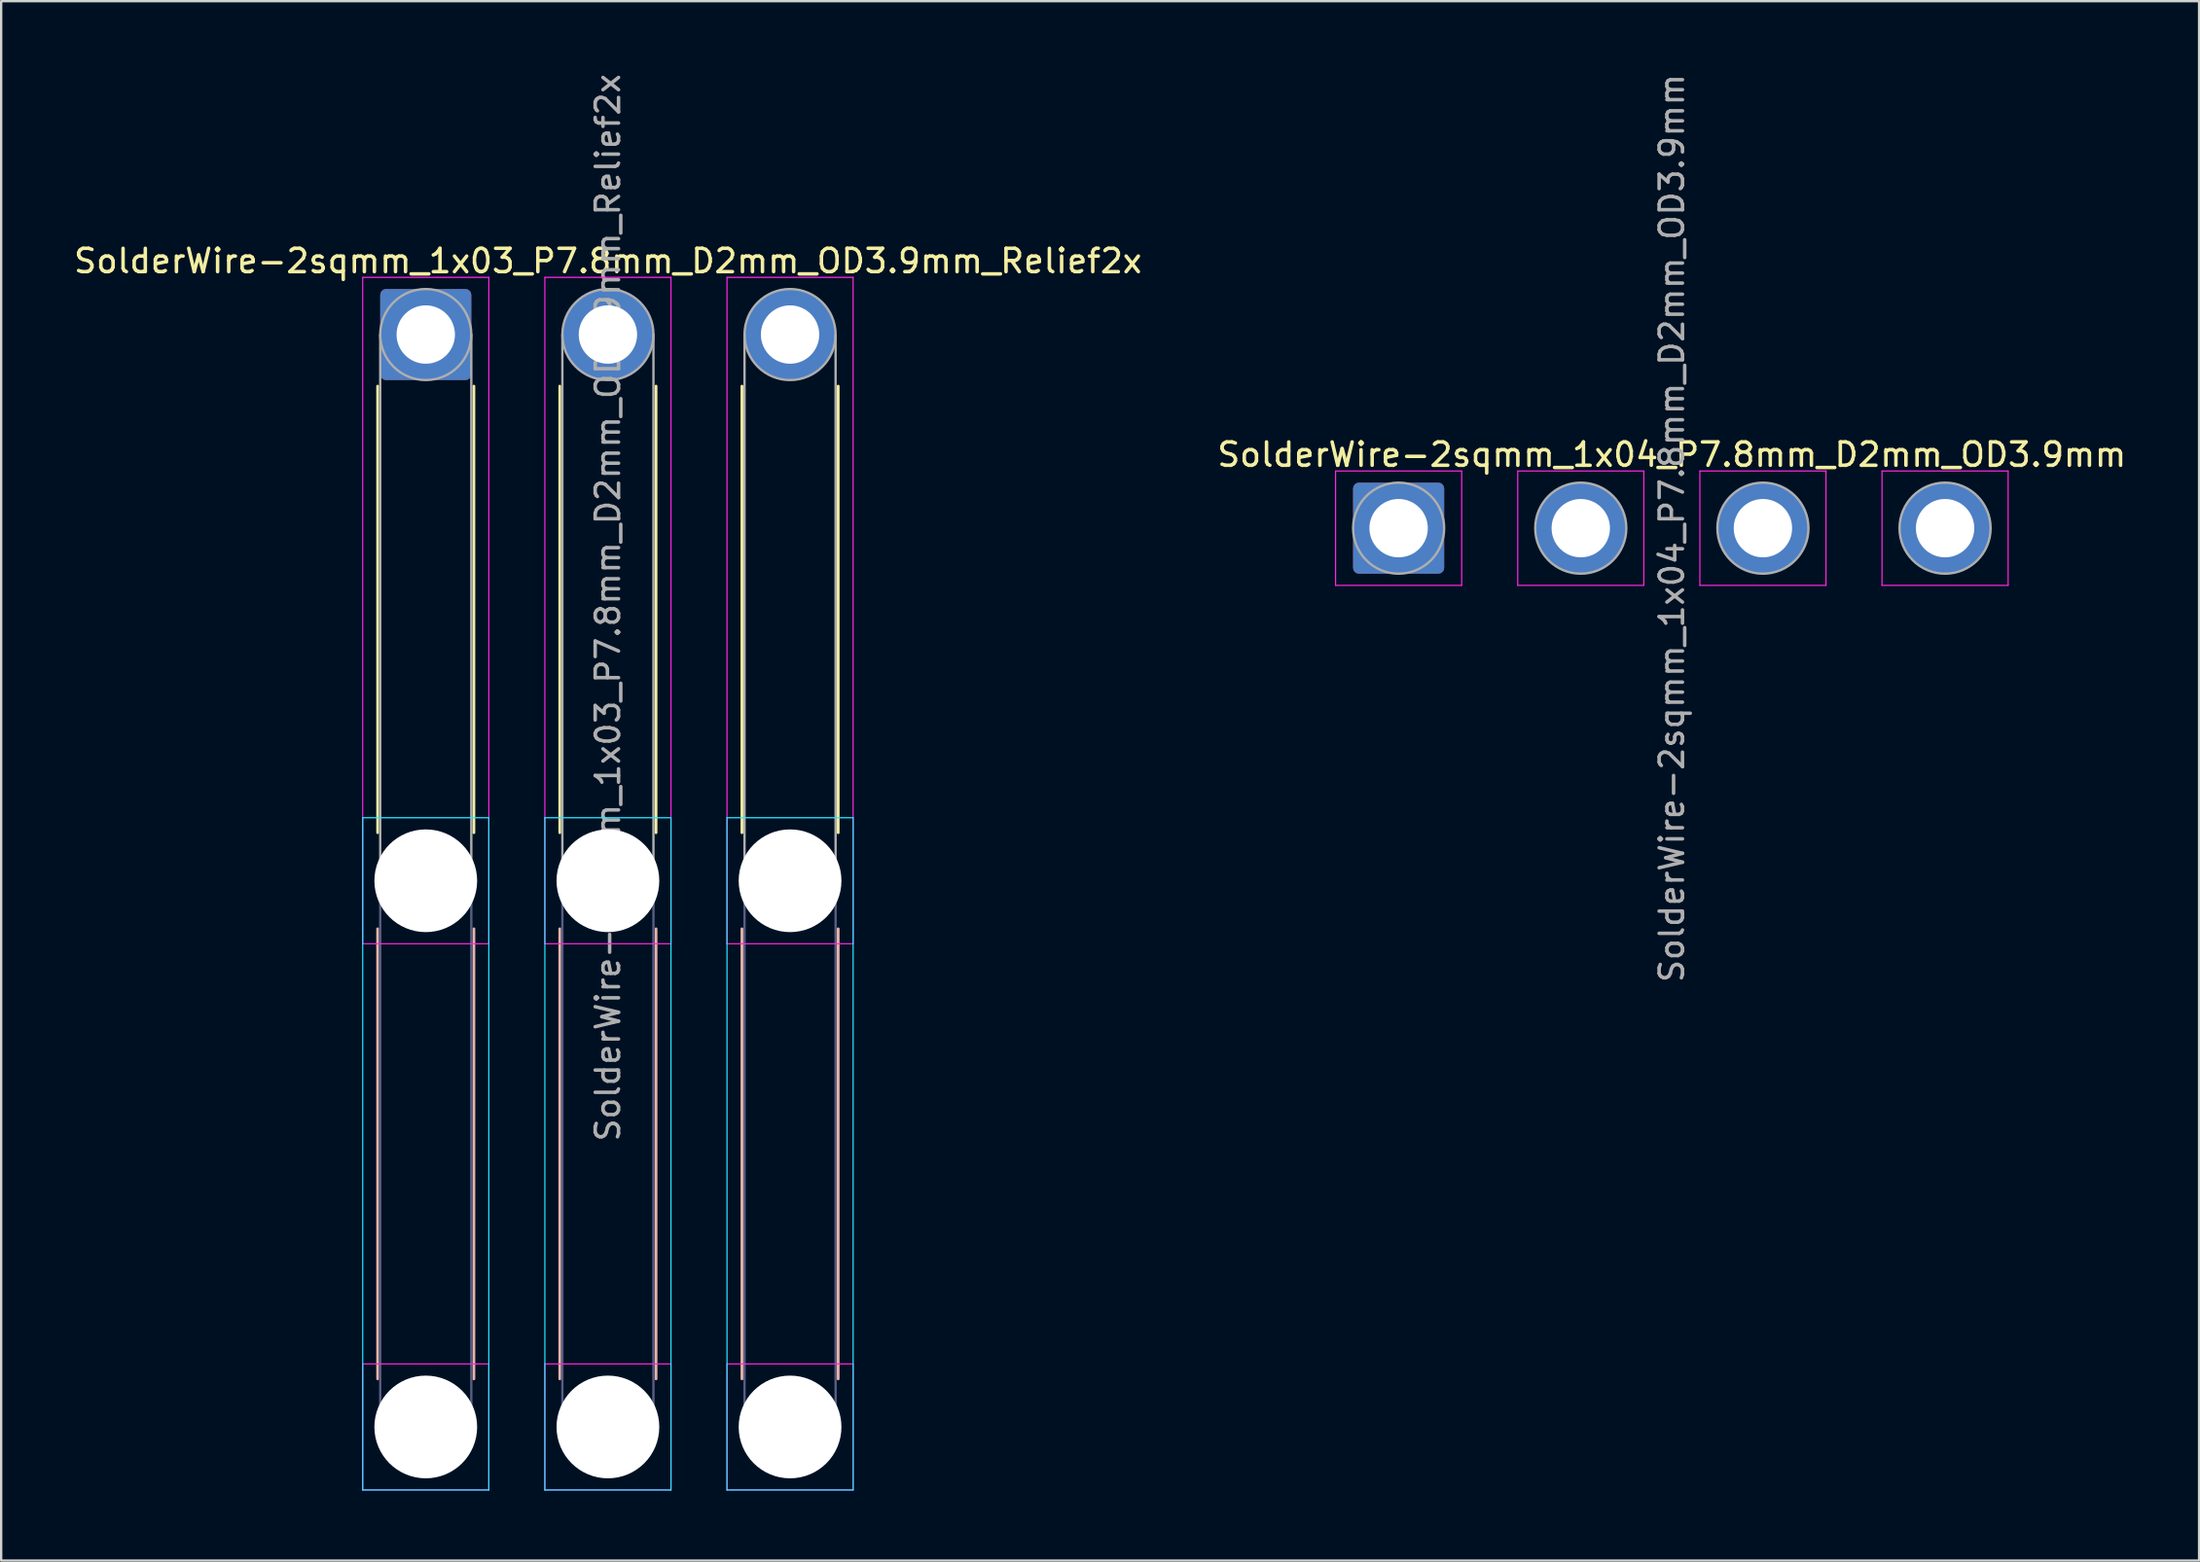
<source format=kicad_pcb>
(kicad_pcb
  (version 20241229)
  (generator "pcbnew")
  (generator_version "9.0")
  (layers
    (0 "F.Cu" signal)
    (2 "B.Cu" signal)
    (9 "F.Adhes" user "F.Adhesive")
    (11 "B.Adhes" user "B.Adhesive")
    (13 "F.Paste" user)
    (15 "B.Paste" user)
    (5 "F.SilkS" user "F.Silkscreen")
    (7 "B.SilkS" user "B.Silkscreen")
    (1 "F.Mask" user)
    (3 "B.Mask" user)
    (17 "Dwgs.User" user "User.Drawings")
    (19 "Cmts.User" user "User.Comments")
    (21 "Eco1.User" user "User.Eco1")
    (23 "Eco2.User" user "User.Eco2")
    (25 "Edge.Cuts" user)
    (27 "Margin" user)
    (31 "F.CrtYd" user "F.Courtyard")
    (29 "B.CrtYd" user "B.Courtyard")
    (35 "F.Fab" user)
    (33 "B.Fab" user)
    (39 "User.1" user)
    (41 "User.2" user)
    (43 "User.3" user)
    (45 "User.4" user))
  (footprint "SolderWire-2sqmm_1x03_P7.8mm_D2mm_OD3.9mm_Relief2x"
    (layer "F.Cu")
    (at 15.182 11.282)
    (property "Reference" "SolderWire-2sqmm_1x03_P7.8mm_D2mm_OD3.9mm_Relief2x" (at 7.8 -3.15 0) (layer "F.SilkS") (effects (font (size 1 1) (thickness 0.15))))
    (attr exclude_from_pos_files exclude_from_bom)
    (fp_line (start -2.06 2.21) (end -2.06 21.34) (stroke (width 0.12) (type solid)) (layer "F.SilkS"))
    (fp_line (start 2.06 2.21) (end 2.06 21.34) (stroke (width 0.12) (type solid)) (layer "F.SilkS"))
    (fp_line (start 5.74 2.21) (end 5.74 21.34) (stroke (width 0.12) (type solid)) (layer "F.SilkS"))
    (fp_line (start 9.86 2.21) (end 9.86 21.34) (stroke (width 0.12) (type solid)) (layer "F.SilkS"))
    (fp_line (start 13.54 2.21) (end 13.54 21.34) (stroke (width 0.12) (type solid)) (layer "F.SilkS"))
    (fp_line (start 17.66 2.21) (end 17.66 21.34) (stroke (width 0.12) (type solid)) (layer "F.SilkS"))
    (fp_line (start -2.06 25.46) (end -2.06 44.74) (stroke (width 0.12) (type solid)) (layer "B.SilkS"))
    (fp_line (start 2.06 25.46) (end 2.06 44.74) (stroke (width 0.12) (type solid)) (layer "B.SilkS"))
    (fp_line (start 5.74 25.46) (end 5.74 44.74) (stroke (width 0.12) (type solid)) (layer "B.SilkS"))
    (fp_line (start 9.86 25.46) (end 9.86 44.74) (stroke (width 0.12) (type solid)) (layer "B.SilkS"))
    (fp_line (start 13.54 25.46) (end 13.54 44.74) (stroke (width 0.12) (type solid)) (layer "B.SilkS"))
    (fp_line (start 17.66 25.46) (end 17.66 44.74) (stroke (width 0.12) (type solid)) (layer "B.SilkS"))
    (fp_line (start -2.7 20.7) (end -2.7 49.5) (stroke (width 0.05) (type solid)) (layer "B.CrtYd"))
    (fp_line (start -2.7 49.5) (end 2.7 49.5) (stroke (width 0.05) (type solid)) (layer "B.CrtYd"))
    (fp_line (start 2.7 20.7) (end -2.7 20.7) (stroke (width 0.05) (type solid)) (layer "B.CrtYd"))
    (fp_line (start 2.7 49.5) (end 2.7 20.7) (stroke (width 0.05) (type solid)) (layer "B.CrtYd"))
    (fp_line (start 5.1 20.7) (end 5.1 49.5) (stroke (width 0.05) (type solid)) (layer "B.CrtYd"))
    (fp_line (start 5.1 49.5) (end 10.5 49.5) (stroke (width 0.05) (type solid)) (layer "B.CrtYd"))
    (fp_line (start 10.5 20.7) (end 5.1 20.7) (stroke (width 0.05) (type solid)) (layer "B.CrtYd"))
    (fp_line (start 10.5 49.5) (end 10.5 20.7) (stroke (width 0.05) (type solid)) (layer "B.CrtYd"))
    (fp_line (start 12.9 20.7) (end 12.9 49.5) (stroke (width 0.05) (type solid)) (layer "B.CrtYd"))
    (fp_line (start 12.9 49.5) (end 18.3 49.5) (stroke (width 0.05) (type solid)) (layer "B.CrtYd"))
    (fp_line (start 18.3 20.7) (end 12.9 20.7) (stroke (width 0.05) (type solid)) (layer "B.CrtYd"))
    (fp_line (start 18.3 49.5) (end 18.3 20.7) (stroke (width 0.05) (type solid)) (layer "B.CrtYd"))
    (fp_line (start -2.7 -2.45) (end -2.7 26.1) (stroke (width 0.05) (type solid)) (layer "F.CrtYd"))
    (fp_line (start -2.7 26.1) (end 2.7 26.1) (stroke (width 0.05) (type solid)) (layer "F.CrtYd"))
    (fp_line (start -2.7 44.1) (end -2.7 49.5) (stroke (width 0.05) (type solid)) (layer "F.CrtYd"))
    (fp_line (start -2.7 49.5) (end 2.7 49.5) (stroke (width 0.05) (type solid)) (layer "F.CrtYd"))
    (fp_line (start 2.7 -2.45) (end -2.7 -2.45) (stroke (width 0.05) (type solid)) (layer "F.CrtYd"))
    (fp_line (start 2.7 26.1) (end 2.7 -2.45) (stroke (width 0.05) (type solid)) (layer "F.CrtYd"))
    (fp_line (start 2.7 44.1) (end -2.7 44.1) (stroke (width 0.05) (type solid)) (layer "F.CrtYd"))
    (fp_line (start 2.7 49.5) (end 2.7 44.1) (stroke (width 0.05) (type solid)) (layer "F.CrtYd"))
    (fp_line (start 5.1 -2.45) (end 5.1 26.1) (stroke (width 0.05) (type solid)) (layer "F.CrtYd"))
    (fp_line (start 5.1 26.1) (end 10.5 26.1) (stroke (width 0.05) (type solid)) (layer "F.CrtYd"))
    (fp_line (start 5.1 44.1) (end 5.1 49.5) (stroke (width 0.05) (type solid)) (layer "F.CrtYd"))
    (fp_line (start 5.1 49.5) (end 10.5 49.5) (stroke (width 0.05) (type solid)) (layer "F.CrtYd"))
    (fp_line (start 10.5 -2.45) (end 5.1 -2.45) (stroke (width 0.05) (type solid)) (layer "F.CrtYd"))
    (fp_line (start 10.5 26.1) (end 10.5 -2.45) (stroke (width 0.05) (type solid)) (layer "F.CrtYd"))
    (fp_line (start 10.5 44.1) (end 5.1 44.1) (stroke (width 0.05) (type solid)) (layer "F.CrtYd"))
    (fp_line (start 10.5 49.5) (end 10.5 44.1) (stroke (width 0.05) (type solid)) (layer "F.CrtYd"))
    (fp_line (start 12.9 -2.45) (end 12.9 26.1) (stroke (width 0.05) (type solid)) (layer "F.CrtYd"))
    (fp_line (start 12.9 26.1) (end 18.3 26.1) (stroke (width 0.05) (type solid)) (layer "F.CrtYd"))
    (fp_line (start 12.9 44.1) (end 12.9 49.5) (stroke (width 0.05) (type solid)) (layer "F.CrtYd"))
    (fp_line (start 12.9 49.5) (end 18.3 49.5) (stroke (width 0.05) (type solid)) (layer "F.CrtYd"))
    (fp_line (start 18.3 -2.45) (end 12.9 -2.45) (stroke (width 0.05) (type solid)) (layer "F.CrtYd"))
    (fp_line (start 18.3 26.1) (end 18.3 -2.45) (stroke (width 0.05) (type solid)) (layer "F.CrtYd"))
    (fp_line (start 18.3 44.1) (end 12.9 44.1) (stroke (width 0.05) (type solid)) (layer "F.CrtYd"))
    (fp_line (start 18.3 49.5) (end 18.3 44.1) (stroke (width 0.05) (type solid)) (layer "F.CrtYd"))
    (fp_line (start -1.95 23.4) (end -1.95 46.8) (stroke (width 0.1) (type solid)) (layer "B.Fab"))
    (fp_line (start 1.95 23.4) (end 1.95 46.8) (stroke (width 0.1) (type solid)) (layer "B.Fab"))
    (fp_line (start 5.85 23.4) (end 5.85 46.8) (stroke (width 0.1) (type solid)) (layer "B.Fab"))
    (fp_line (start 9.75 23.4) (end 9.75 46.8) (stroke (width 0.1) (type solid)) (layer "B.Fab"))
    (fp_line (start 13.65 23.4) (end 13.65 46.8) (stroke (width 0.1) (type solid)) (layer "B.Fab"))
    (fp_line (start 17.55 23.4) (end 17.55 46.8) (stroke (width 0.1) (type solid)) (layer "B.Fab"))
    (fp_circle (center 0 23.4) (end 1.95 23.4) (stroke (width 0.1) (type solid)) (fill no) (layer "B.Fab"))
    (fp_circle (center 0 46.8) (end 1.95 46.8) (stroke (width 0.1) (type solid)) (fill no) (layer "B.Fab"))
    (fp_circle (center 7.8 23.4) (end 9.75 23.4) (stroke (width 0.1) (type solid)) (fill no) (layer "B.Fab"))
    (fp_circle (center 7.8 46.8) (end 9.75 46.8) (stroke (width 0.1) (type solid)) (fill no) (layer "B.Fab"))
    (fp_circle (center 15.6 23.4) (end 17.55 23.4) (stroke (width 0.1) (type solid)) (fill no) (layer "B.Fab"))
    (fp_circle (center 15.6 46.8) (end 17.55 46.8) (stroke (width 0.1) (type solid)) (fill no) (layer "B.Fab"))
    (fp_line (start -1.95 0) (end -1.95 23.4) (stroke (width 0.1) (type solid)) (layer "F.Fab"))
    (fp_line (start 1.95 0) (end 1.95 23.4) (stroke (width 0.1) (type solid)) (layer "F.Fab"))
    (fp_line (start 5.85 0) (end 5.85 23.4) (stroke (width 0.1) (type solid)) (layer "F.Fab"))
    (fp_line (start 9.75 0) (end 9.75 23.4) (stroke (width 0.1) (type solid)) (layer "F.Fab"))
    (fp_line (start 13.65 0) (end 13.65 23.4) (stroke (width 0.1) (type solid)) (layer "F.Fab"))
    (fp_line (start 17.55 0) (end 17.55 23.4) (stroke (width 0.1) (type solid)) (layer "F.Fab"))
    (fp_circle (center 0 0) (end 1.95 0) (stroke (width 0.1) (type solid)) (fill no) (layer "F.Fab"))
    (fp_circle (center 0 23.4) (end 1.95 23.4) (stroke (width 0.1) (type solid)) (fill no) (layer "F.Fab"))
    (fp_circle (center 0 46.8) (end 1.95 46.8) (stroke (width 0.1) (type solid)) (fill no) (layer "F.Fab"))
    (fp_circle (center 7.8 0) (end 9.75 0) (stroke (width 0.1) (type solid)) (fill no) (layer "F.Fab"))
    (fp_circle (center 7.8 23.4) (end 9.75 23.4) (stroke (width 0.1) (type solid)) (fill no) (layer "F.Fab"))
    (fp_circle (center 7.8 46.8) (end 9.75 46.8) (stroke (width 0.1) (type solid)) (fill no) (layer "F.Fab"))
    (fp_circle (center 15.6 0) (end 17.55 0) (stroke (width 0.1) (type solid)) (fill no) (layer "F.Fab"))
    (fp_circle (center 15.6 23.4) (end 17.55 23.4) (stroke (width 0.1) (type solid)) (fill no) (layer "F.Fab"))
    (fp_circle (center 15.6 46.8) (end 17.55 46.8) (stroke (width 0.1) (type solid)) (fill no) (layer "F.Fab"))
    (fp_text user "${REFERENCE}" (at 7.8 11.7 90) (layer "F.Fab") (effects (font (size 1 1) (thickness 0.15))))
    (pad "" np_thru_hole circle (at 0 23.4) (size 4.4 4.4) (drill 4.4) (layers "*.Cu" "*.Mask"))
    (pad "" np_thru_hole circle (at 0 46.8) (size 4.4 4.4) (drill 4.4) (layers "*.Cu" "*.Mask"))
    (pad "" np_thru_hole circle (at 7.8 23.4) (size 4.4 4.4) (drill 4.4) (layers "*.Cu" "*.Mask"))
    (pad "" np_thru_hole circle (at 7.8 46.8) (size 4.4 4.4) (drill 4.4) (layers "*.Cu" "*.Mask"))
    (pad "" np_thru_hole circle (at 15.6 23.4) (size 4.4 4.4) (drill 4.4) (layers "*.Cu" "*.Mask"))
    (pad "" np_thru_hole circle (at 15.6 46.8) (size 4.4 4.4) (drill 4.4) (layers "*.Cu" "*.Mask"))
    (pad "1" thru_hole roundrect (at 0 0) (size 3.9 3.9) (drill 2.5) (layers "*.Cu" "*.Mask") (roundrect_rratio 0.064))
    (pad "2" thru_hole circle (at 7.8 0) (size 3.9 3.9) (drill 2.5) (layers "*.Cu" "*.Mask"))
    (pad "3" thru_hole circle (at 15.6 0) (size 3.9 3.9) (drill 2.5) (layers "*.Cu" "*.Mask")))
  (footprint "SolderWire-2sqmm_1x04_P7.8mm_D2mm_OD3.9mm"
    (layer "F.Cu")
    (at 56.842 19.577)
    (property "Reference" "SolderWire-2sqmm_1x04_P7.8mm_D2mm_OD3.9mm" (at 11.7 -3.15 0) (layer "F.SilkS") (effects (font (size 1 1) (thickness 0.15))))
    (attr exclude_from_pos_files exclude_from_bom)
    (fp_line (start -2.7 -2.45) (end -2.7 2.45) (stroke (width 0.05) (type solid)) (layer "F.CrtYd"))
    (fp_line (start -2.7 2.45) (end 2.7 2.45) (stroke (width 0.05) (type solid)) (layer "F.CrtYd"))
    (fp_line (start 2.7 -2.45) (end -2.7 -2.45) (stroke (width 0.05) (type solid)) (layer "F.CrtYd"))
    (fp_line (start 2.7 2.45) (end 2.7 -2.45) (stroke (width 0.05) (type solid)) (layer "F.CrtYd"))
    (fp_line (start 5.1 -2.45) (end 5.1 2.45) (stroke (width 0.05) (type solid)) (layer "F.CrtYd"))
    (fp_line (start 5.1 2.45) (end 10.5 2.45) (stroke (width 0.05) (type solid)) (layer "F.CrtYd"))
    (fp_line (start 10.5 -2.45) (end 5.1 -2.45) (stroke (width 0.05) (type solid)) (layer "F.CrtYd"))
    (fp_line (start 10.5 2.45) (end 10.5 -2.45) (stroke (width 0.05) (type solid)) (layer "F.CrtYd"))
    (fp_line (start 12.9 -2.45) (end 12.9 2.45) (stroke (width 0.05) (type solid)) (layer "F.CrtYd"))
    (fp_line (start 12.9 2.45) (end 18.3 2.45) (stroke (width 0.05) (type solid)) (layer "F.CrtYd"))
    (fp_line (start 18.3 -2.45) (end 12.9 -2.45) (stroke (width 0.05) (type solid)) (layer "F.CrtYd"))
    (fp_line (start 18.3 2.45) (end 18.3 -2.45) (stroke (width 0.05) (type solid)) (layer "F.CrtYd"))
    (fp_line (start 20.7 -2.45) (end 20.7 2.45) (stroke (width 0.05) (type solid)) (layer "F.CrtYd"))
    (fp_line (start 20.7 2.45) (end 26.1 2.45) (stroke (width 0.05) (type solid)) (layer "F.CrtYd"))
    (fp_line (start 26.1 -2.45) (end 20.7 -2.45) (stroke (width 0.05) (type solid)) (layer "F.CrtYd"))
    (fp_line (start 26.1 2.45) (end 26.1 -2.45) (stroke (width 0.05) (type solid)) (layer "F.CrtYd"))
    (fp_circle (center 0 0) (end 1.95 0) (stroke (width 0.1) (type solid)) (fill no) (layer "F.Fab"))
    (fp_circle (center 7.8 0) (end 9.75 0) (stroke (width 0.1) (type solid)) (fill no) (layer "F.Fab"))
    (fp_circle (center 15.6 0) (end 17.55 0) (stroke (width 0.1) (type solid)) (fill no) (layer "F.Fab"))
    (fp_circle (center 23.4 0) (end 25.35 0) (stroke (width 0.1) (type solid)) (fill no) (layer "F.Fab"))
    (fp_text user "${REFERENCE}" (at 11.7 0 90) (layer "F.Fab") (effects (font (size 1 1) (thickness 0.15))))
    (pad "1" thru_hole roundrect (at 0 0) (size 3.9 3.9) (drill 2.5) (layers "*.Cu" "*.Mask") (roundrect_rratio 0.064))
    (pad "2" thru_hole circle (at 7.8 0) (size 3.9 3.9) (drill 2.5) (layers "*.Cu" "*.Mask"))
    (pad "3" thru_hole circle (at 15.6 0) (size 3.9 3.9) (drill 2.5) (layers "*.Cu" "*.Mask"))
    (pad "4" thru_hole circle (at 23.4 0) (size 3.9 3.9) (drill 2.5) (layers "*.Cu" "*.Mask")))
  (gr_rect
    (start -3 -3)
    (end 91.119 63.807)
    (stroke (width 0.1) (type default))
    (fill no)
    (layer "Edge.Cuts")))
</source>
